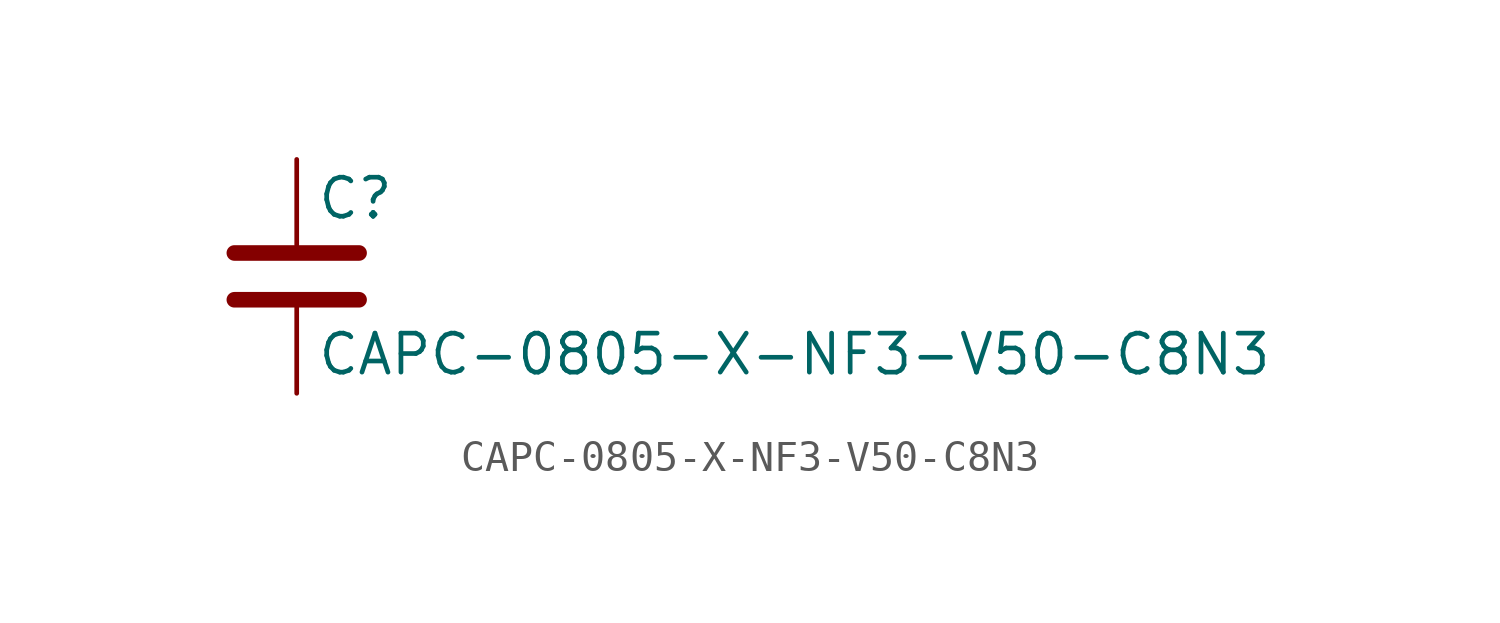
<source format=kicad_sym>
(kicad_symbol_lib
  (version 20211014)
  (generator kicad_symbol_editor)
  (symbol "CAPC-0805-X-NF3-V50-C8N3"
    (pin_numbers hide)
    (pin_names
      (offset 0.254))
    (property "Reference" "C"
      (at 0.635 2.54 0)
      (effects (font (size 1.27 1.27)) (justify left)))
    (property "Value" "CAPC-0805-X-NF3-V50-C8N3"
      (at 0.635 -2.54 0)
      (effects (font (size 1.27 1.27)) (justify left)))
    (symbol "CAPC-0805-X-NF3-V50-C8N3_0_1"
      (polyline (pts (xy -2.032 -0.762) (xy 2.032 -0.762)) (stroke (width 0.508) (type default) (color 0 0 0 0)) (fill (type none)))
      (polyline (pts (xy -2.032 0.762) (xy 2.032 0.762)) (stroke (width 0.508) (type default) (color 0 0 0 0)) (fill (type none))))
    (symbol "CAPC-0805-X-NF3-V50-C8N3_1_1"
      (pin passive line (at 0 3.81 270) (length 2.794) (name "~" (effects (font (size 1.27 1.27)))) (number "1" (effects (font (size 1.27 1.27)))))
      (pin passive line (at 0 -3.81 90) (length 2.794) (name "~" (effects (font (size 1.27 1.27)))) (number "2" (effects (font (size 1.27 1.27))))))))
</source>
